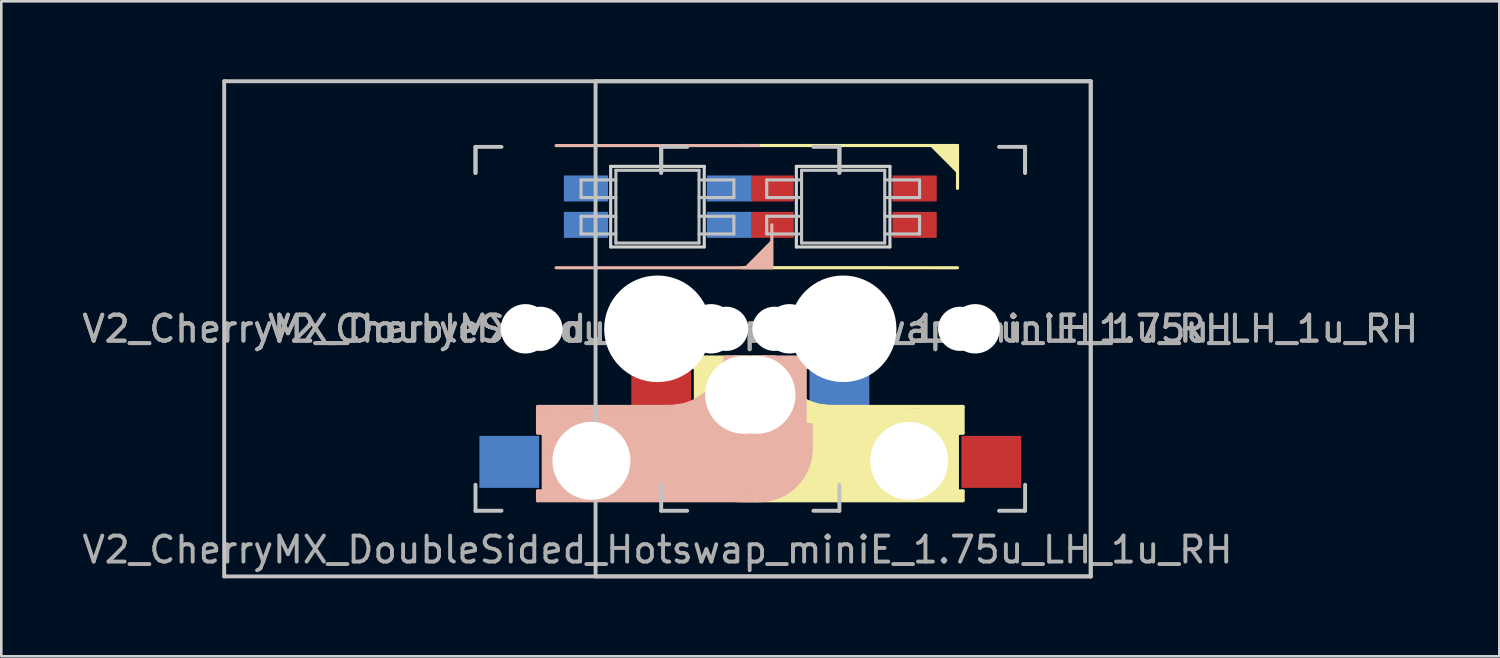
<source format=kicad_pcb>
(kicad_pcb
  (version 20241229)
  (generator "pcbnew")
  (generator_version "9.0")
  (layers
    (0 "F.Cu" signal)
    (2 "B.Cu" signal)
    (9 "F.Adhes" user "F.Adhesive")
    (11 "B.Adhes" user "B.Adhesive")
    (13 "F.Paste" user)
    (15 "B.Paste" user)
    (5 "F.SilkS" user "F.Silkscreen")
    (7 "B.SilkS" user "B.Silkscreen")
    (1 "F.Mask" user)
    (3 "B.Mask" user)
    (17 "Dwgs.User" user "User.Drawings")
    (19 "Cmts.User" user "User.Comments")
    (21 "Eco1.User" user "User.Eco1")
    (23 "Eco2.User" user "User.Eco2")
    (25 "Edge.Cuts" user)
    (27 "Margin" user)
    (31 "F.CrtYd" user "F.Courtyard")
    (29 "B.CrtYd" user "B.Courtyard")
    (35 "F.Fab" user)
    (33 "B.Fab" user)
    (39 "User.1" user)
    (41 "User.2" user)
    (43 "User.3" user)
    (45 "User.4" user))
  (footprint "V2_CherryMX_DoubleSided_Hotswap_miniE_1.75u_LH_1u_RH"
    (layer "F.Cu")
    (at 22.244 9.6)
    (property "Reference" "V2_CherryMX_DoubleSided_Hotswap_miniE_1.75u_LH_1u_RH" (at 0 8.5 0) (layer "F.Fab") (effects (font (size 1 1) (thickness 0.15))))
    (attr through_hole)
    (fp_line (start 1.244 1.1) (end 1.244 1.46) (stroke (width 0.15) (type solid)) (layer "F.SilkS"))
    (fp_line (start 1.244 1.1) (end 4.524 1.1) (stroke (width 0.15) (type solid)) (layer "F.SilkS"))
    (fp_line (start 1.244 3.7) (end 1.444 3.7) (stroke (width 0.15) (type solid)) (layer "F.SilkS"))
    (fp_line (start 1.244 4.7) (end 1.244 3.7) (stroke (width 0.15) (type solid)) (layer "F.SilkS"))
    (fp_line (start 1.344 3.8) (end 1.344 4.7) (stroke (width 0.3) (type solid)) (layer "F.SilkS"))
    (fp_line (start 1.444 1.3) (end 4.144 1.3) (stroke (width 0.5) (type solid)) (layer "F.SilkS"))
    (fp_line (start 1.444 1.46) (end 1.244 1.46) (stroke (width 0.15) (type solid)) (layer "F.SilkS"))
    (fp_line (start 1.474 3.7) (end 1.474 1.46) (stroke (width 0.15) (type solid)) (layer "F.SilkS"))
    (fp_line (start 1.844 1.6) (end 1.844 3.4) (stroke (width 0.8) (type solid)) (layer "F.SilkS"))
    (fp_line (start 2.974 5.1) (end 2.974 2.86) (stroke (width 3) (type solid)) (layer "F.SilkS"))
    (fp_line (start 3.244 -7.052) (end 11.544 -7.052) (stroke (width 0.12) (type solid)) (layer "F.SilkS"))
    (fp_line (start 6.744 3) (end 11.744 3) (stroke (width 0.15) (type solid)) (layer "F.SilkS"))
    (fp_line (start 9.744 4.8) (end 3.044 4.8) (stroke (width 3.5) (type solid)) (layer "F.SilkS"))
    (fp_line (start 11.044 6) (end 11.044 3.5) (stroke (width 1) (type solid)) (layer "F.SilkS"))
    (fp_line (start 11.444 3.3) (end 10.044 3.3) (stroke (width 0.5) (type solid)) (layer "F.SilkS"))
    (fp_line (start 11.524 4) (end 11.524 6.25) (stroke (width 0.15) (type solid)) (layer "F.SilkS"))
    (fp_line (start 11.544 -7.052) (end 11.544 -5.401) (stroke (width 0.12) (type solid)) (layer "F.SilkS"))
    (fp_line (start 11.544 -2.349) (end 3.244 -2.352) (stroke (width 0.12) (type solid)) (layer "F.SilkS"))
    (fp_line (start 11.544 3.9) (end 11.544 3.2) (stroke (width 0.4) (type solid)) (layer "F.SilkS"))
    (fp_line (start 11.544 6.25) (end 11.744 6.25) (stroke (width 0.15) (type solid)) (layer "F.SilkS"))
    (fp_line (start 11.544 6.4) (end 10.144 6.4) (stroke (width 0.4) (type solid)) (layer "F.SilkS"))
    (fp_line (start 11.744 3) (end 11.744 4) (stroke (width 0.15) (type solid)) (layer "F.SilkS"))
    (fp_line (start 11.744 4) (end 11.544 4) (stroke (width 0.15) (type solid)) (layer "F.SilkS"))
    (fp_line (start 11.744 6.25) (end 11.744 6.6) (stroke (width 0.15) (type solid)) (layer "F.SilkS"))
    (fp_line (start 11.744 6.6) (end 3.344 6.6) (stroke (width 0.15) (type solid)) (layer "F.SilkS"))
    (fp_arc (start 3.34375 6.600001) (mid 1.900246 6.084925) (end 1.243749 4.7) (stroke (width 0.15) (type solid)) (layer "F.SilkS"))
    (fp_arc (start 6.34375 3.4) (mid 4.875041 2.886118) (end 4.127432 1.521471) (stroke (width 1) (type solid)) (layer "F.SilkS"))
    (fp_arc (start 6.74375 3) (mid 5.275041 2.486118) (end 4.527432 1.121471) (stroke (width 0.15) (type solid)) (layer "F.SilkS"))
    (fp_poly (pts (xy 10.536 -7.049) (xy 11.544 -7.052) (xy 11.544 -6.036)) (stroke (width 0.1) (type solid)) (fill yes) (layer "F.SilkS"))
    (fp_line (start -4.6 3) (end -4.6 4) (stroke (width 0.15) (type solid)) (layer "B.SilkS"))
    (fp_line (start -4.6 4) (end -4.4 4) (stroke (width 0.15) (type solid)) (layer "B.SilkS"))
    (fp_line (start -4.6 6.25) (end -4.6 6.6) (stroke (width 0.15) (type solid)) (layer "B.SilkS"))
    (fp_line (start -4.6 6.6) (end 3.8 6.6) (stroke (width 0.15) (type solid)) (layer "B.SilkS"))
    (fp_line (start -4.4 3.9) (end -4.4 3.2) (stroke (width 0.4) (type solid)) (layer "B.SilkS"))
    (fp_line (start -4.4 6.25) (end -4.6 6.25) (stroke (width 0.15) (type solid)) (layer "B.SilkS"))
    (fp_line (start -4.4 6.4) (end -3 6.4) (stroke (width 0.4) (type solid)) (layer "B.SilkS"))
    (fp_line (start -4.38 4) (end -4.38 6.25) (stroke (width 0.15) (type solid)) (layer "B.SilkS"))
    (fp_line (start -4.3 3.3) (end -2.9 3.3) (stroke (width 0.5) (type solid)) (layer "B.SilkS"))
    (fp_line (start -3.9 -2.349) (end 4.4 -2.349) (stroke (width 0.12) (type solid)) (layer "B.SilkS"))
    (fp_line (start -3.9 6) (end -3.9 3.5) (stroke (width 1) (type solid)) (layer "B.SilkS"))
    (fp_line (start -2.6 4.8) (end 4.1 4.8) (stroke (width 3.5) (type solid)) (layer "B.SilkS"))
    (fp_line (start 0.4 3) (end -4.6 3) (stroke (width 0.15) (type solid)) (layer "B.SilkS"))
    (fp_line (start 2.844 3.3) (end 4.244 3.3) (stroke (width 0.5) (type solid)) (layer "B.SilkS"))
    (fp_line (start 3.9 -7.049) (end -3.9 -7.049) (stroke (width 0.12) (type solid)) (layer "B.SilkS"))
    (fp_line (start 4.17 5.1) (end 4.17 2.86) (stroke (width 3) (type solid)) (layer "B.SilkS"))
    (fp_line (start 4.4 -2.349) (end 4.4 -4) (stroke (width 0.12) (type solid)) (layer "B.SilkS"))
    (fp_line (start 5.3 1.6) (end 5.3 3.4) (stroke (width 0.8) (type solid)) (layer "B.SilkS"))
    (fp_line (start 5.67 3.7) (end 5.67 1.46) (stroke (width 0.15) (type solid)) (layer "B.SilkS"))
    (fp_line (start 5.7 1.3) (end 3 1.3) (stroke (width 0.5) (type solid)) (layer "B.SilkS"))
    (fp_line (start 5.7 1.46) (end 5.9 1.46) (stroke (width 0.15) (type solid)) (layer "B.SilkS"))
    (fp_line (start 5.8 3.8) (end 5.8 4.7) (stroke (width 0.3) (type solid)) (layer "B.SilkS"))
    (fp_line (start 5.9 1.1) (end 2.62 1.1) (stroke (width 0.15) (type solid)) (layer "B.SilkS"))
    (fp_line (start 5.9 1.1) (end 5.9 1.46) (stroke (width 0.15) (type solid)) (layer "B.SilkS"))
    (fp_line (start 5.9 3.7) (end 5.7 3.7) (stroke (width 0.15) (type solid)) (layer "B.SilkS"))
    (fp_line (start 5.9 4.7) (end 5.9 3.7) (stroke (width 0.15) (type solid)) (layer "B.SilkS"))
    (fp_arc (start 2.616318 1.121471) (mid 1.868709 2.486118) (end 0.4 3) (stroke (width 0.15) (type solid)) (layer "B.SilkS"))
    (fp_arc (start 3.016318 1.521471) (mid 2.268709 2.886118) (end 0.8 3.4) (stroke (width 1) (type solid)) (layer "B.SilkS"))
    (fp_arc (start 5.9 4.699999) (mid 5.243504 6.084924) (end 3.800001 6.6) (stroke (width 0.15) (type solid)) (layer "B.SilkS"))
    (fp_poly (pts (xy 4.4 -3.365) (xy 4.4 -2.349) (xy 3.392 -2.349)) (stroke (width 0.1) (type solid)) (fill yes) (layer "B.SilkS"))
    (fp_line (start -16.669 -9.525) (end 16.669 -9.525) (stroke (width 0.15) (type solid)) (layer "Dwgs.User"))
    (fp_line (start -16.669 9.525) (end -16.669 -9.525) (stroke (width 0.15) (type solid)) (layer "Dwgs.User"))
    (fp_line (start -7 -7) (end -7 -6) (stroke (width 0.15) (type solid)) (layer "Dwgs.User"))
    (fp_line (start -7 -7) (end -6 -7) (stroke (width 0.15) (type solid)) (layer "Dwgs.User"))
    (fp_line (start -7 -6) (end -7 -7) (stroke (width 0.15) (type solid)) (layer "Dwgs.User"))
    (fp_line (start -7 7) (end -7 6) (stroke (width 0.15) (type solid)) (layer "Dwgs.User"))
    (fp_line (start -7 7) (end -6 7) (stroke (width 0.15) (type solid)) (layer "Dwgs.User"))
    (fp_line (start -2.94 -5.729) (end -2.94 -5.049) (stroke (width 0.12) (type solid)) (layer "Dwgs.User"))
    (fp_line (start -2.94 -5.049) (end -1.6 -5.049) (stroke (width 0.12) (type solid)) (layer "Dwgs.User"))
    (fp_line (start -2.94 -4.329) (end -2.94 -3.649) (stroke (width 0.12) (type solid)) (layer "Dwgs.User"))
    (fp_line (start -2.94 -3.649) (end -1.6 -3.649) (stroke (width 0.12) (type solid)) (layer "Dwgs.User"))
    (fp_line (start -2.381 -9.525) (end 16.669 -9.525) (stroke (width 0.15) (type solid)) (layer "Dwgs.User"))
    (fp_line (start -2.381 9.525) (end -2.381 -9.525) (stroke (width 0.15) (type solid)) (layer "Dwgs.User"))
    (fp_line (start -1.6 -5.729) (end -2.94 -5.729) (stroke (width 0.12) (type solid)) (layer "Dwgs.User"))
    (fp_line (start -1.6 -4.329) (end -2.94 -4.329) (stroke (width 0.12) (type solid)) (layer "Dwgs.User"))
    (fp_line (start -1.6 -3.299) (end -1.6 -6.099) (stroke (width 0.12) (type solid)) (layer "Dwgs.User"))
    (fp_line (start 0.144 -7) (end 0.144 -6) (stroke (width 0.15) (type solid)) (layer "Dwgs.User"))
    (fp_line (start 0.144 -7) (end 1.144 -7) (stroke (width 0.15) (type solid)) (layer "Dwgs.User"))
    (fp_line (start 0.144 -6) (end 0.144 -7) (stroke (width 0.15) (type solid)) (layer "Dwgs.User"))
    (fp_line (start 0.144 7) (end 0.144 6) (stroke (width 0.15) (type solid)) (layer "Dwgs.User"))
    (fp_line (start 0.144 7) (end 1.144 7) (stroke (width 0.15) (type solid)) (layer "Dwgs.User"))
    (fp_line (start 1.6 -6.099) (end -1.6 -6.099) (stroke (width 0.12) (type solid)) (layer "Dwgs.User"))
    (fp_line (start 1.6 -5.049) (end 2.94 -5.049) (stroke (width 0.12) (type solid)) (layer "Dwgs.User"))
    (fp_line (start 1.6 -3.649) (end 2.94 -3.649) (stroke (width 0.12) (type solid)) (layer "Dwgs.User"))
    (fp_line (start 1.6 -3.299) (end -1.6 -3.299) (stroke (width 0.12) (type solid)) (layer "Dwgs.User"))
    (fp_line (start 1.6 -3.299) (end 1.6 -6.099) (stroke (width 0.12) (type solid)) (layer "Dwgs.User"))
    (fp_line (start 2.94 -5.729) (end 1.6 -5.729) (stroke (width 0.12) (type solid)) (layer "Dwgs.User"))
    (fp_line (start 2.94 -5.049) (end 2.94 -5.729) (stroke (width 0.12) (type solid)) (layer "Dwgs.User"))
    (fp_line (start 2.94 -4.329) (end 1.6 -4.329) (stroke (width 0.12) (type solid)) (layer "Dwgs.User"))
    (fp_line (start 2.94 -3.649) (end 2.94 -4.329) (stroke (width 0.12) (type solid)) (layer "Dwgs.User"))
    (fp_line (start 4.204 -5.729) (end 4.204 -5.049) (stroke (width 0.12) (type solid)) (layer "Dwgs.User"))
    (fp_line (start 4.204 -5.049) (end 5.544 -5.049) (stroke (width 0.12) (type solid)) (layer "Dwgs.User"))
    (fp_line (start 4.204 -4.329) (end 4.204 -3.649) (stroke (width 0.12) (type solid)) (layer "Dwgs.User"))
    (fp_line (start 4.204 -3.649) (end 5.544 -3.649) (stroke (width 0.12) (type solid)) (layer "Dwgs.User"))
    (fp_line (start 5.544 -5.729) (end 4.204 -5.729) (stroke (width 0.12) (type solid)) (layer "Dwgs.User"))
    (fp_line (start 5.544 -4.329) (end 4.204 -4.329) (stroke (width 0.12) (type solid)) (layer "Dwgs.User"))
    (fp_line (start 5.544 -3.299) (end 5.544 -6.099) (stroke (width 0.12) (type solid)) (layer "Dwgs.User"))
    (fp_line (start 7 -7) (end 6 -7) (stroke (width 0.15) (type solid)) (layer "Dwgs.User"))
    (fp_line (start 7 -6) (end 7 -7) (stroke (width 0.15) (type solid)) (layer "Dwgs.User"))
    (fp_line (start 7 -6) (end 7 -7) (stroke (width 0.15) (type solid)) (layer "Dwgs.User"))
    (fp_line (start 7 6) (end 7 7) (stroke (width 0.15) (type solid)) (layer "Dwgs.User"))
    (fp_line (start 7 7) (end 6 7) (stroke (width 0.15) (type solid)) (layer "Dwgs.User"))
    (fp_line (start 8.744 -6.099) (end 5.544 -6.099) (stroke (width 0.12) (type solid)) (layer "Dwgs.User"))
    (fp_line (start 8.744 -5.049) (end 10.084 -5.049) (stroke (width 0.12) (type solid)) (layer "Dwgs.User"))
    (fp_line (start 8.744 -3.649) (end 10.084 -3.649) (stroke (width 0.12) (type solid)) (layer "Dwgs.User"))
    (fp_line (start 8.744 -3.299) (end 5.544 -3.299) (stroke (width 0.12) (type solid)) (layer "Dwgs.User"))
    (fp_line (start 8.744 -3.299) (end 8.744 -6.099) (stroke (width 0.12) (type solid)) (layer "Dwgs.User"))
    (fp_line (start 10.084 -5.729) (end 8.744 -5.729) (stroke (width 0.12) (type solid)) (layer "Dwgs.User"))
    (fp_line (start 10.084 -5.049) (end 10.084 -5.729) (stroke (width 0.12) (type solid)) (layer "Dwgs.User"))
    (fp_line (start 10.084 -4.329) (end 8.744 -4.329) (stroke (width 0.12) (type solid)) (layer "Dwgs.User"))
    (fp_line (start 10.084 -3.649) (end 10.084 -4.329) (stroke (width 0.12) (type solid)) (layer "Dwgs.User"))
    (fp_line (start 14.144 -7) (end 13.144 -7) (stroke (width 0.15) (type solid)) (layer "Dwgs.User"))
    (fp_line (start 14.144 -6) (end 14.144 -7) (stroke (width 0.15) (type solid)) (layer "Dwgs.User"))
    (fp_line (start 14.144 -6) (end 14.144 -7) (stroke (width 0.15) (type solid)) (layer "Dwgs.User"))
    (fp_line (start 14.144 6) (end 14.144 7) (stroke (width 0.15) (type solid)) (layer "Dwgs.User"))
    (fp_line (start 14.144 7) (end 13.144 7) (stroke (width 0.15) (type solid)) (layer "Dwgs.User"))
    (fp_line (start 16.669 -9.525) (end 16.669 9.525) (stroke (width 0.15) (type solid)) (layer "Dwgs.User"))
    (fp_line (start 16.669 -9.525) (end 16.669 9.525) (stroke (width 0.15) (type solid)) (layer "Dwgs.User"))
    (fp_line (start 16.669 9.525) (end -16.669 9.525) (stroke (width 0.15) (type solid)) (layer "Dwgs.User"))
    (fp_line (start 16.669 9.525) (end -2.381 9.525) (stroke (width 0.15) (type solid)) (layer "Dwgs.User"))
    (fp_line (start -1.8 -6.249) (end -1.8 -3.149) (stroke (width 0.12) (type solid)) (layer "Edge.Cuts"))
    (fp_line (start -1.8 -3.149) (end 1.8 -3.149) (stroke (width 0.12) (type solid)) (layer "Edge.Cuts"))
    (fp_line (start 1.8 -6.249) (end -1.8 -6.249) (stroke (width 0.12) (type solid)) (layer "Edge.Cuts"))
    (fp_line (start 1.8 -3.149) (end 1.8 -6.249) (stroke (width 0.12) (type solid)) (layer "Edge.Cuts"))
    (fp_line (start 5.344 -6.249) (end 5.344 -3.149) (stroke (width 0.12) (type solid)) (layer "Edge.Cuts"))
    (fp_line (start 5.344 -3.149) (end 8.944 -3.149) (stroke (width 0.12) (type solid)) (layer "Edge.Cuts"))
    (fp_line (start 8.944 -6.249) (end 5.344 -6.249) (stroke (width 0.12) (type solid)) (layer "Edge.Cuts"))
    (fp_line (start 8.944 -3.149) (end 8.944 -6.249) (stroke (width 0.12) (type solid)) (layer "Edge.Cuts"))
    (fp_text user "${REFERENCE}" (at 7.144 0 180) (layer "F.Fab") (effects (font (size 1 1) (thickness 0.15))))
    (fp_text user "${REFERENCE}" (at 0 0 180) (layer "F.Fab") (effects (font (size 1 1) (thickness 0.15))))
    (fp_text user "${REFERENCE}" (at 0 0 180) (layer "F.Fab") (effects (font (size 1 1) (thickness 0.15))))
    (fp_text user "${REFERENCE}" (at 7.144 0 180) (layer "F.Fab") (effects (font (size 1 1) (thickness 0.15))))
    (pad "" np_thru_hole circle (at -5.08 0 180) (size 1.9 1.9) (drill 1.9) (layers "*.Cu" "*.Mask"))
    (pad "" np_thru_hole circle (at -4.5 0 180) (size 1.7 1.7) (drill 1.7) (layers "*.Cu" "*.Mask"))
    (pad "" np_thru_hole circle (at -2.54 5.08) (size 3 3) (drill 3) (layers "*.Cu" "*.Mask"))
    (pad "" np_thru_hole circle (at 0 0 270) (size 4.1 4.1) (drill 4.1) (layers "*.Cu" "*.Mask"))
    (pad "" np_thru_hole circle (at 2.064 0 180) (size 1.9 1.9) (drill 1.9) (layers "*.Cu" "*.Mask"))
    (pad "" np_thru_hole circle (at 2.644 0 180) (size 1.7 1.7) (drill 1.7) (layers "*.Cu" "*.Mask"))
    (pad "" np_thru_hole circle (at 3.334 2.54) (size 3 3) (drill 3) (layers "*.Cu" "*.Mask"))
    (pad "" np_thru_hole circle (at 3.81 2.54) (size 3 3) (drill 3) (layers "*.Cu" "*.Mask"))
    (pad "" np_thru_hole circle (at 4.5 0 180) (size 1.7 1.7) (drill 1.7) (layers "*.Cu" "*.Mask"))
    (pad "" np_thru_hole circle (at 5.08 0 180) (size 1.9 1.9) (drill 1.9) (layers "*.Cu" "*.Mask"))
    (pad "" np_thru_hole circle (at 7.144 0 270) (size 4.1 4.1) (drill 4.1) (layers "*.Cu" "*.Mask"))
    (pad "" np_thru_hole circle (at 9.684 5.08) (size 3 3) (drill 3) (layers "*.Cu" "*.Mask"))
    (pad "" np_thru_hole circle (at 11.644 0 180) (size 1.7 1.7) (drill 1.7) (layers "*.Cu" "*.Mask"))
    (pad "" np_thru_hole circle (at 12.224 0 180) (size 1.9 1.9) (drill 1.9) (layers "*.Cu" "*.Mask"))
    (pad "1" smd rect (at -2.75 -5.399 180) (size 1.7 1) (layers "B.Cu" "B.Mask" "B.Paste"))
    (pad "1" smd rect (at 4.394 -3.999 180) (size 1.7 1) (layers "F.Cu" "F.Mask" "F.Paste"))
    (pad "2" smd rect (at -2.75 -3.999 180) (size 1.7 1) (layers "B.Cu" "B.Mask" "B.Paste"))
    (pad "2" smd rect (at 4.394 -5.399 180) (size 1.7 1) (layers "F.Cu" "F.Mask" "F.Paste"))
    (pad "3" smd rect (at 2.75 -3.999 180) (size 1.7 1) (layers "B.Cu" "B.Mask" "B.Paste"))
    (pad "3" smd rect (at 9.894 -5.399 180) (size 1.7 1) (layers "F.Cu" "F.Mask" "F.Paste"))
    (pad "4" smd rect (at 2.75 -5.399 180) (size 1.7 1) (layers "B.Cu" "B.Mask" "B.Paste"))
    (pad "4" smd rect (at 9.894 -3.999 180) (size 1.7 1) (layers "F.Cu" "F.Mask" "F.Paste"))
    (pad "5" smd rect (at -5.7 5.12) (size 2.3 2) (layers "B.Cu" "B.Mask" "B.Paste"))
    (pad "5" smd rect (at 12.844 5.12) (size 2.3 2) (layers "F.Cu" "F.Mask" "F.Paste"))
    (pad "6" smd rect (at 0.144 2.58) (size 2.3 2) (layers "F.Cu" "F.Mask" "F.Paste"))
    (pad "6" smd rect (at 7 2.58) (size 2.3 2) (layers "B.Cu" "B.Mask" "B.Paste")))
  (gr_rect
    (start -3 -3)
    (end 54.632 22.2)
    (stroke (width 0.1) (type default))
    (fill no)
    (layer "Edge.Cuts")))
</source>
